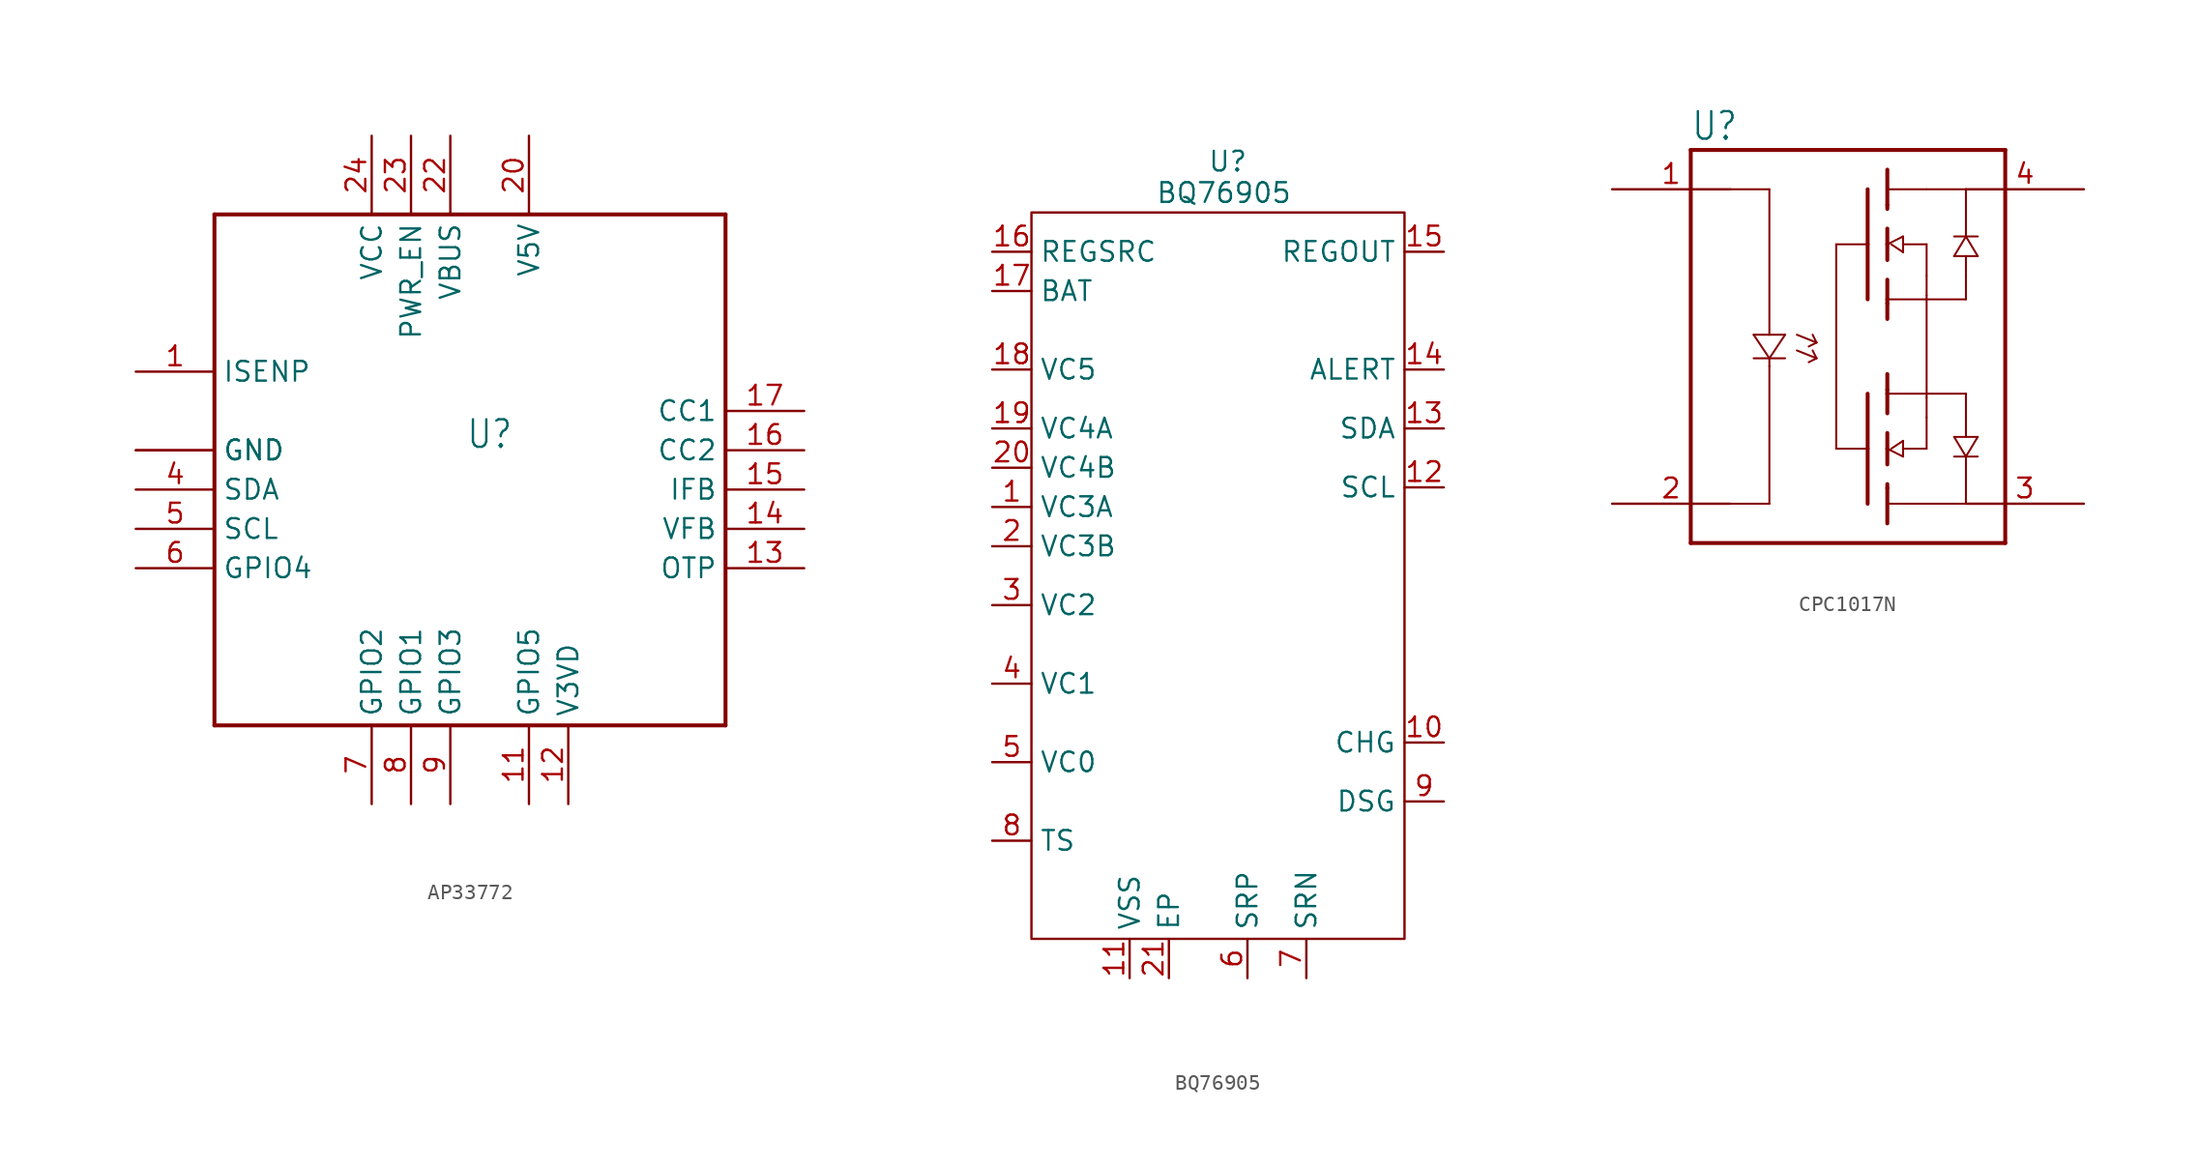
<source format=kicad_sym>
(kicad_symbol_lib
  (version 20231120)
  (generator "kicad_symbol_editor")
  (generator_version "8.0")
  (symbol "AP33772"
    (property "Reference" "U"
      (at 2.54 0 0)
      (effects (font (size 1.778 1.511)) (justify bottom)))
    (property "Value" ""
      (at 2.54 -5.08 0)
      (effects (font (size 1.778 1.511)) (justify bottom)))
    (property "ki_locked" ""
      (at 0 0 0)
      (effects (font (size 1.27 1.27))))
    (symbol "AP33772_1_0"
      (polyline (pts (xy -15.24 -17.78) (xy 17.78 -17.78)) (stroke (width 0.254) (type solid)) (fill (type none)))
      (polyline (pts (xy -15.24 15.24) (xy -15.24 -17.78)) (stroke (width 0.254) (type solid)) (fill (type none)))
      (polyline (pts (xy 17.78 -17.78) (xy 17.78 15.24)) (stroke (width 0.254) (type solid)) (fill (type none)))
      (polyline (pts (xy 17.78 15.24) (xy -15.24 15.24)) (stroke (width 0.254) (type solid)) (fill (type none)))
      (pin bidirectional line (at -20.32 5.08 0) (length 5.08) (name "ISENP" (effects (font (size 1.27 1.27)))) (number "1" (effects (font (size 1.27 1.27)))))
      (pin bidirectional line (at 5.08 -22.86 90) (length 5.08) (name "GPIO5" (effects (font (size 1.27 1.27)))) (number "11" (effects (font (size 1.27 1.27)))))
      (pin bidirectional line (at 7.62 -22.86 90) (length 5.08) (name "V3VD" (effects (font (size 1.27 1.27)))) (number "12" (effects (font (size 1.27 1.27)))))
      (pin bidirectional line (at 22.86 -7.62 180) (length 5.08) (name "OTP" (effects (font (size 1.27 1.27)))) (number "13" (effects (font (size 1.27 1.27)))))
      (pin bidirectional line (at 22.86 -5.08 180) (length 5.08) (name "VFB" (effects (font (size 1.27 1.27)))) (number "14" (effects (font (size 1.27 1.27)))))
      (pin bidirectional line (at 22.86 -2.54 180) (length 5.08) (name "IFB" (effects (font (size 1.27 1.27)))) (number "15" (effects (font (size 1.27 1.27)))))
      (pin bidirectional line (at 22.86 0 180) (length 5.08) (name "CC2" (effects (font (size 1.27 1.27)))) (number "16" (effects (font (size 1.27 1.27)))))
      (pin bidirectional line (at 22.86 2.54 180) (length 5.08) (name "CC1" (effects (font (size 1.27 1.27)))) (number "17" (effects (font (size 1.27 1.27)))))
      (pin bidirectional line (at 5.08 20.32 270) (length 5.08) (name "V5V" (effects (font (size 1.27 1.27)))) (number "20" (effects (font (size 1.27 1.27)))))
      (pin bidirectional line (at 0 20.32 270) (length 5.08) (name "VBUS" (effects (font (size 1.27 1.27)))) (number "22" (effects (font (size 1.27 1.27)))))
      (pin bidirectional line (at -2.54 20.32 270) (length 5.08) (name "PWR_EN" (effects (font (size 1.27 1.27)))) (number "23" (effects (font (size 1.27 1.27)))))
      (pin bidirectional line (at -5.08 20.32 270) (length 5.08) (name "VCC" (effects (font (size 1.27 1.27)))) (number "24" (effects (font (size 1.27 1.27)))))
      (pin bidirectional line (at -20.32 0 0) (length 5.08) (name "GND" (effects (font (size 1.27 1.27)))) (number "3" (effects (font (size 0 0)))))
      (pin bidirectional line (at -20.32 -2.54 0) (length 5.08) (name "SDA" (effects (font (size 1.27 1.27)))) (number "4" (effects (font (size 1.27 1.27)))))
      (pin bidirectional line (at -20.32 -5.08 0) (length 5.08) (name "SCL" (effects (font (size 1.27 1.27)))) (number "5" (effects (font (size 1.27 1.27)))))
      (pin bidirectional line (at -20.32 -7.62 0) (length 5.08) (name "GPIO4" (effects (font (size 1.27 1.27)))) (number "6" (effects (font (size 1.27 1.27)))))
      (pin bidirectional line (at -5.08 -22.86 90) (length 5.08) (name "GPIO2" (effects (font (size 1.27 1.27)))) (number "7" (effects (font (size 1.27 1.27)))))
      (pin bidirectional line (at -2.54 -22.86 90) (length 5.08) (name "GPIO1" (effects (font (size 1.27 1.27)))) (number "8" (effects (font (size 1.27 1.27)))))
      (pin bidirectional line (at 0 -22.86 90) (length 5.08) (name "GPIO3" (effects (font (size 1.27 1.27)))) (number "9" (effects (font (size 1.27 1.27)))))
      (pin bidirectional line (at -20.32 0 0) (length 5.08) (name "GND" (effects (font (size 1.27 1.27)))) (number "EXP" (effects (font (size 0 0)))))))
  (symbol "BQ76905"
    (property "Reference" "U"
      (at 0 26.162 0)
      (effects (font (size 1.27 1.27))))
    (property "Value" "BQ76905"
      (at -0.254 24.13 0)
      (effects (font (size 1.27 1.27))))
    (symbol "BQ76905_0_0"
      (pin passive line (at -15.24 3.81 0) (length 2.54) (name "VC3A" (effects (font (size 1.27 1.27)))) (number "1" (effects (font (size 1.27 1.27)))))
      (pin output line (at 13.97 -11.43 180) (length 2.54) (name "CHG" (effects (font (size 1.27 1.27)))) (number "10" (effects (font (size 1.27 1.27)))))
      (pin power_in line (at -6.35 -26.67 90) (length 2.54) (name "VSS" (effects (font (size 1.27 1.27)))) (number "11" (effects (font (size 1.27 1.27)))))
      (pin bidirectional line (at 13.97 5.08 180) (length 2.54) (name "SCL" (effects (font (size 1.27 1.27)))) (number "12" (effects (font (size 1.27 1.27)))))
      (pin bidirectional line (at 13.97 8.89 180) (length 2.54) (name "SDA" (effects (font (size 1.27 1.27)))) (number "13" (effects (font (size 1.27 1.27)))))
      (pin open_collector line (at 13.97 12.7 180) (length 2.54) (name "ALERT" (effects (font (size 1.27 1.27)))) (number "14" (effects (font (size 1.27 1.27)))))
      (pin power_out line (at 13.97 20.32 180) (length 2.54) (name "REGOUT" (effects (font (size 1.27 1.27)))) (number "15" (effects (font (size 1.27 1.27)))))
      (pin power_in line (at -15.24 20.32 0) (length 2.54) (name "REGSRC" (effects (font (size 1.27 1.27)))) (number "16" (effects (font (size 1.27 1.27)))))
      (pin power_in line (at -15.24 17.78 0) (length 2.54) (name "BAT" (effects (font (size 1.27 1.27)))) (number "17" (effects (font (size 1.27 1.27)))))
      (pin passive line (at -15.24 12.7 0) (length 2.54) (name "VC5" (effects (font (size 1.27 1.27)))) (number "18" (effects (font (size 1.27 1.27)))))
      (pin passive line (at -15.24 8.89 0) (length 2.54) (name "VC4A" (effects (font (size 1.27 1.27)))) (number "19" (effects (font (size 1.27 1.27)))))
      (pin passive line (at -15.24 1.27 0) (length 2.54) (name "VC3B" (effects (font (size 1.27 1.27)))) (number "2" (effects (font (size 1.27 1.27)))))
      (pin passive line (at -15.24 6.35 0) (length 2.54) (name "VC4B" (effects (font (size 1.27 1.27)))) (number "20" (effects (font (size 1.27 1.27)))))
      (pin passive line (at -3.81 -26.67 90) (length 2.54) (name "EP" (effects (font (size 1.27 1.27)))) (number "21" (effects (font (size 1.27 1.27)))))
      (pin passive line (at -15.24 -2.54 0) (length 2.54) (name "VC2" (effects (font (size 1.27 1.27)))) (number "3" (effects (font (size 1.27 1.27)))))
      (pin passive line (at -15.24 -7.62 0) (length 2.54) (name "VC1" (effects (font (size 1.27 1.27)))) (number "4" (effects (font (size 1.27 1.27)))))
      (pin passive line (at -15.24 -12.7 0) (length 2.54) (name "VC0" (effects (font (size 1.27 1.27)))) (number "5" (effects (font (size 1.27 1.27)))))
      (pin input line (at 1.27 -26.67 90) (length 2.54) (name "SRP" (effects (font (size 1.27 1.27)))) (number "6" (effects (font (size 1.27 1.27)))))
      (pin input line (at 5.08 -26.67 90) (length 2.54) (name "SRN" (effects (font (size 1.27 1.27)))) (number "7" (effects (font (size 1.27 1.27)))))
      (pin bidirectional line (at -15.24 -17.78 0) (length 2.54) (name "TS" (effects (font (size 1.27 1.27)))) (number "8" (effects (font (size 1.27 1.27)))))
      (pin output line (at 13.97 -15.24 180) (length 2.54) (name "DSG" (effects (font (size 1.27 1.27)))) (number "9" (effects (font (size 1.27 1.27))))))
    (symbol "BQ76905_0_1"
      (rectangle (start -12.7 22.86) (end 11.43 -24.13) (stroke (width 0) (type default)) (fill (type none)))))
  (symbol "CPC1017N"
    (property "Reference" "U"
      (at -10.16 13.208 0)
      (effects (font (size 1.778 1.511)) (justify left bottom)))
    (property "Value" ""
      (at 1.016 13.208 0)
      (effects (font (size 1.778 1.511)) (justify left bottom)))
    (property "ki_locked" ""
      (at 0 0 0)
      (effects (font (size 1.27 1.27))))
    (symbol "CPC1017N_1_0"
      (polyline (pts (xy -10.16 -12.7) (xy -10.16 10.16)) (stroke (width 0.254) (type solid)) (fill (type none)))
      (polyline (pts (xy -10.16 10.16) (xy -10.16 12.7)) (stroke (width 0.254) (type solid)) (fill (type none)))
      (polyline (pts (xy -10.16 12.7) (xy 10.16 12.7)) (stroke (width 0.254) (type solid)) (fill (type none)))
      (polyline (pts (xy -7.62 -10.16) (xy -5.08 -10.16)) (stroke (width 0.127) (type solid)) (fill (type none)))
      (polyline (pts (xy -7.62 10.16) (xy -5.08 10.16)) (stroke (width 0.127) (type solid)) (fill (type none)))
      (polyline (pts (xy -6.096 -0.762) (xy -5.08 -0.762)) (stroke (width 0.127) (type solid)) (fill (type none)))
      (polyline (pts (xy -6.096 0.762) (xy -5.08 0.762)) (stroke (width 0.127) (type solid)) (fill (type none)))
      (polyline (pts (xy -5.08 -10.16) (xy -5.08 -1.27)) (stroke (width 0.127) (type solid)) (fill (type none)))
      (polyline (pts (xy -5.08 -1.27) (xy -5.08 -0.762)) (stroke (width 0.127) (type solid)) (fill (type none)))
      (polyline (pts (xy -5.08 -0.762) (xy -6.096 0.762)) (stroke (width 0.127) (type solid)) (fill (type none)))
      (polyline (pts (xy -5.08 -0.762) (xy -4.064 -0.762)) (stroke (width 0.127) (type solid)) (fill (type none)))
      (polyline (pts (xy -5.08 0.762) (xy -4.064 0.762)) (stroke (width 0.127) (type solid)) (fill (type none)))
      (polyline (pts (xy -5.08 10.16) (xy -5.08 0.762)) (stroke (width 0.127) (type solid)) (fill (type none)))
      (polyline (pts (xy -4.064 0.762) (xy -5.08 -0.762)) (stroke (width 0.127) (type solid)) (fill (type none)))
      (polyline (pts (xy -2.032 -0.762) (xy -3.302 -0.254)) (stroke (width 0.127) (type solid)) (fill (type none)))
      (polyline (pts (xy -2.032 -0.762) (xy -2.54 -1.016)) (stroke (width 0.127) (type solid)) (fill (type none)))
      (polyline (pts (xy -2.032 -0.762) (xy -2.286 -0.254)) (stroke (width 0.127) (type solid)) (fill (type none)))
      (polyline (pts (xy -2.032 0.254) (xy -3.302 0.762)) (stroke (width 0.127) (type solid)) (fill (type none)))
      (polyline (pts (xy -2.032 0.254) (xy -2.54 0)) (stroke (width 0.127) (type solid)) (fill (type none)))
      (polyline (pts (xy -2.032 0.254) (xy -2.286 0.762)) (stroke (width 0.127) (type solid)) (fill (type none)))
      (polyline (pts (xy -0.762 -6.604) (xy 1.27 -6.604)) (stroke (width 0.127) (type solid)) (fill (type none)))
      (polyline (pts (xy -0.762 6.604) (xy -0.762 -6.604)) (stroke (width 0.127) (type solid)) (fill (type none)))
      (polyline (pts (xy 1.27 -10.16) (xy 1.27 -6.604)) (stroke (width 0.254) (type solid)) (fill (type none)))
      (polyline (pts (xy 1.27 -6.604) (xy 1.27 -3.048)) (stroke (width 0.254) (type solid)) (fill (type none)))
      (polyline (pts (xy 1.27 6.604) (xy -0.762 6.604)) (stroke (width 0.127) (type solid)) (fill (type none)))
      (polyline (pts (xy 1.27 6.604) (xy 1.27 3.048)) (stroke (width 0.254) (type solid)) (fill (type none)))
      (polyline (pts (xy 1.27 10.16) (xy 1.27 6.604)) (stroke (width 0.254) (type solid)) (fill (type none)))
      (polyline (pts (xy 2.54 -11.43) (xy 2.54 -9.144)) (stroke (width 0.254) (type solid)) (fill (type none)))
      (polyline (pts (xy 2.54 -9.144) (xy 2.54 -8.89)) (stroke (width 0.254) (type solid)) (fill (type none)))
      (polyline (pts (xy 2.54 -7.62) (xy 2.54 -6.604)) (stroke (width 0.254) (type solid)) (fill (type none)))
      (polyline (pts (xy 2.54 -6.604) (xy 2.54 -5.588)) (stroke (width 0.254) (type solid)) (fill (type none)))
      (polyline (pts (xy 2.54 -6.604) (xy 3.556 -7.112)) (stroke (width 0.127) (type solid)) (fill (type none)))
      (polyline (pts (xy 2.54 -4.318) (xy 2.54 -3.048)) (stroke (width 0.254) (type solid)) (fill (type none)))
      (polyline (pts (xy 2.54 -3.048) (xy 2.54 -2.794)) (stroke (width 0.254) (type solid)) (fill (type none)))
      (polyline (pts (xy 2.54 -2.794) (xy 2.54 -1.778)) (stroke (width 0.254) (type solid)) (fill (type none)))
      (polyline (pts (xy 2.54 2.794) (xy 2.54 1.778)) (stroke (width 0.254) (type solid)) (fill (type none)))
      (polyline (pts (xy 2.54 3.048) (xy 2.54 2.794)) (stroke (width 0.254) (type solid)) (fill (type none)))
      (polyline (pts (xy 2.54 4.318) (xy 2.54 3.048)) (stroke (width 0.254) (type solid)) (fill (type none)))
      (polyline (pts (xy 2.54 6.604) (xy 2.54 5.588)) (stroke (width 0.254) (type solid)) (fill (type none)))
      (polyline (pts (xy 2.54 6.604) (xy 3.556 7.112)) (stroke (width 0.127) (type solid)) (fill (type none)))
      (polyline (pts (xy 2.54 7.62) (xy 2.54 6.604)) (stroke (width 0.254) (type solid)) (fill (type none)))
      (polyline (pts (xy 2.54 9.144) (xy 2.54 8.89)) (stroke (width 0.254) (type solid)) (fill (type none)))
      (polyline (pts (xy 2.54 11.43) (xy 2.54 9.144)) (stroke (width 0.254) (type solid)) (fill (type none)))
      (polyline (pts (xy 2.794 -6.604) (xy 3.556 -6.096)) (stroke (width 0.127) (type solid)) (fill (type none)))
      (polyline (pts (xy 2.794 6.604) (xy 3.556 6.096)) (stroke (width 0.127) (type solid)) (fill (type none)))
      (polyline (pts (xy 3.556 -6.858) (xy 3.556 -7.112)) (stroke (width 0.127) (type solid)) (fill (type none)))
      (polyline (pts (xy 3.556 -6.604) (xy 3.556 -6.858)) (stroke (width 0.127) (type solid)) (fill (type none)))
      (polyline (pts (xy 3.556 -6.604) (xy 5.08 -6.604)) (stroke (width 0.127) (type solid)) (fill (type none)))
      (polyline (pts (xy 3.556 -6.096) (xy 3.556 -6.604)) (stroke (width 0.127) (type solid)) (fill (type none)))
      (polyline (pts (xy 3.556 6.096) (xy 3.556 6.604)) (stroke (width 0.127) (type solid)) (fill (type none)))
      (polyline (pts (xy 3.556 6.604) (xy 3.556 6.858)) (stroke (width 0.127) (type solid)) (fill (type none)))
      (polyline (pts (xy 3.556 6.604) (xy 5.08 6.604)) (stroke (width 0.127) (type solid)) (fill (type none)))
      (polyline (pts (xy 3.556 6.858) (xy 3.556 7.112)) (stroke (width 0.127) (type solid)) (fill (type none)))
      (polyline (pts (xy 5.08 -10.16) (xy 2.54 -10.16)) (stroke (width 0.127) (type solid)) (fill (type none)))
      (polyline (pts (xy 5.08 -6.604) (xy 5.08 -4.572)) (stroke (width 0.127) (type solid)) (fill (type none)))
      (polyline (pts (xy 5.08 -4.572) (xy 5.08 -3.302)) (stroke (width 0.127) (type solid)) (fill (type none)))
      (polyline (pts (xy 5.08 -3.302) (xy 5.08 -3.048)) (stroke (width 0.127) (type solid)) (fill (type none)))
      (polyline (pts (xy 5.08 -3.048) (xy 2.54 -3.048)) (stroke (width 0.127) (type solid)) (fill (type none)))
      (polyline (pts (xy 5.08 -3.048) (xy 5.08 3.048)) (stroke (width 0.127) (type solid)) (fill (type none)))
      (polyline (pts (xy 5.08 -3.048) (xy 7.62 -3.048)) (stroke (width 0.127) (type solid)) (fill (type none)))
      (polyline (pts (xy 5.08 3.048) (xy 2.54 3.048)) (stroke (width 0.127) (type solid)) (fill (type none)))
      (polyline (pts (xy 5.08 3.048) (xy 7.62 3.048)) (stroke (width 0.127) (type solid)) (fill (type none)))
      (polyline (pts (xy 5.08 3.302) (xy 5.08 3.048)) (stroke (width 0.127) (type solid)) (fill (type none)))
      (polyline (pts (xy 5.08 4.572) (xy 5.08 3.302)) (stroke (width 0.127) (type solid)) (fill (type none)))
      (polyline (pts (xy 5.08 6.604) (xy 5.08 4.572)) (stroke (width 0.127) (type solid)) (fill (type none)))
      (polyline (pts (xy 5.08 10.16) (xy 2.54 10.16)) (stroke (width 0.127) (type solid)) (fill (type none)))
      (polyline (pts (xy 6.858 -7.112) (xy 7.62 -7.112)) (stroke (width 0.127) (type solid)) (fill (type none)))
      (polyline (pts (xy 6.858 -5.842) (xy 8.382 -5.842)) (stroke (width 0.127) (type solid)) (fill (type none)))
      (polyline (pts (xy 6.858 5.842) (xy 8.382 5.842)) (stroke (width 0.127) (type solid)) (fill (type none)))
      (polyline (pts (xy 6.858 7.112) (xy 7.62 7.112)) (stroke (width 0.127) (type solid)) (fill (type none)))
      (polyline (pts (xy 7.62 -10.16) (xy 5.08 -10.16)) (stroke (width 0.127) (type solid)) (fill (type none)))
      (polyline (pts (xy 7.62 -7.112) (xy 6.858 -5.842)) (stroke (width 0.127) (type solid)) (fill (type none)))
      (polyline (pts (xy 7.62 -7.112) (xy 7.62 -10.16)) (stroke (width 0.127) (type solid)) (fill (type none)))
      (polyline (pts (xy 7.62 -7.112) (xy 8.382 -7.112)) (stroke (width 0.127) (type solid)) (fill (type none)))
      (polyline (pts (xy 7.62 -4.572) (xy 7.62 -5.842)) (stroke (width 0.127) (type solid)) (fill (type none)))
      (polyline (pts (xy 7.62 -3.048) (xy 7.62 -4.572)) (stroke (width 0.127) (type solid)) (fill (type none)))
      (polyline (pts (xy 7.62 3.048) (xy 7.62 4.572)) (stroke (width 0.127) (type solid)) (fill (type none)))
      (polyline (pts (xy 7.62 4.572) (xy 7.62 5.842)) (stroke (width 0.127) (type solid)) (fill (type none)))
      (polyline (pts (xy 7.62 7.112) (xy 6.858 5.842)) (stroke (width 0.127) (type solid)) (fill (type none)))
      (polyline (pts (xy 7.62 7.112) (xy 7.62 10.16)) (stroke (width 0.127) (type solid)) (fill (type none)))
      (polyline (pts (xy 7.62 7.112) (xy 8.382 7.112)) (stroke (width 0.127) (type solid)) (fill (type none)))
      (polyline (pts (xy 7.62 10.16) (xy 5.08 10.16)) (stroke (width 0.127) (type solid)) (fill (type none)))
      (polyline (pts (xy 8.382 -5.842) (xy 7.62 -7.112)) (stroke (width 0.127) (type solid)) (fill (type none)))
      (polyline (pts (xy 8.382 5.842) (xy 7.62 7.112)) (stroke (width 0.127) (type solid)) (fill (type none)))
      (polyline (pts (xy 10.16 -12.7) (xy -10.16 -12.7)) (stroke (width 0.254) (type solid)) (fill (type none)))
      (polyline (pts (xy 10.16 12.7) (xy 10.16 -12.7)) (stroke (width 0.254) (type solid)) (fill (type none)))
      (pin passive line (at -15.24 10.16 0) (length 7.62) (name "A" (effects (font (size 0 0)))) (number "1" (effects (font (size 1.27 1.27)))))
      (pin passive line (at -15.24 -10.16 0) (length 7.62) (name "K" (effects (font (size 0 0)))) (number "2" (effects (font (size 1.27 1.27)))))
      (pin passive line (at 15.24 -10.16 180) (length 7.62) (name "1" (effects (font (size 0 0)))) (number "3" (effects (font (size 1.27 1.27)))))
      (pin passive line (at 15.24 10.16 180) (length 7.62) (name "2" (effects (font (size 0 0)))) (number "4" (effects (font (size 1.27 1.27))))))))
</source>
